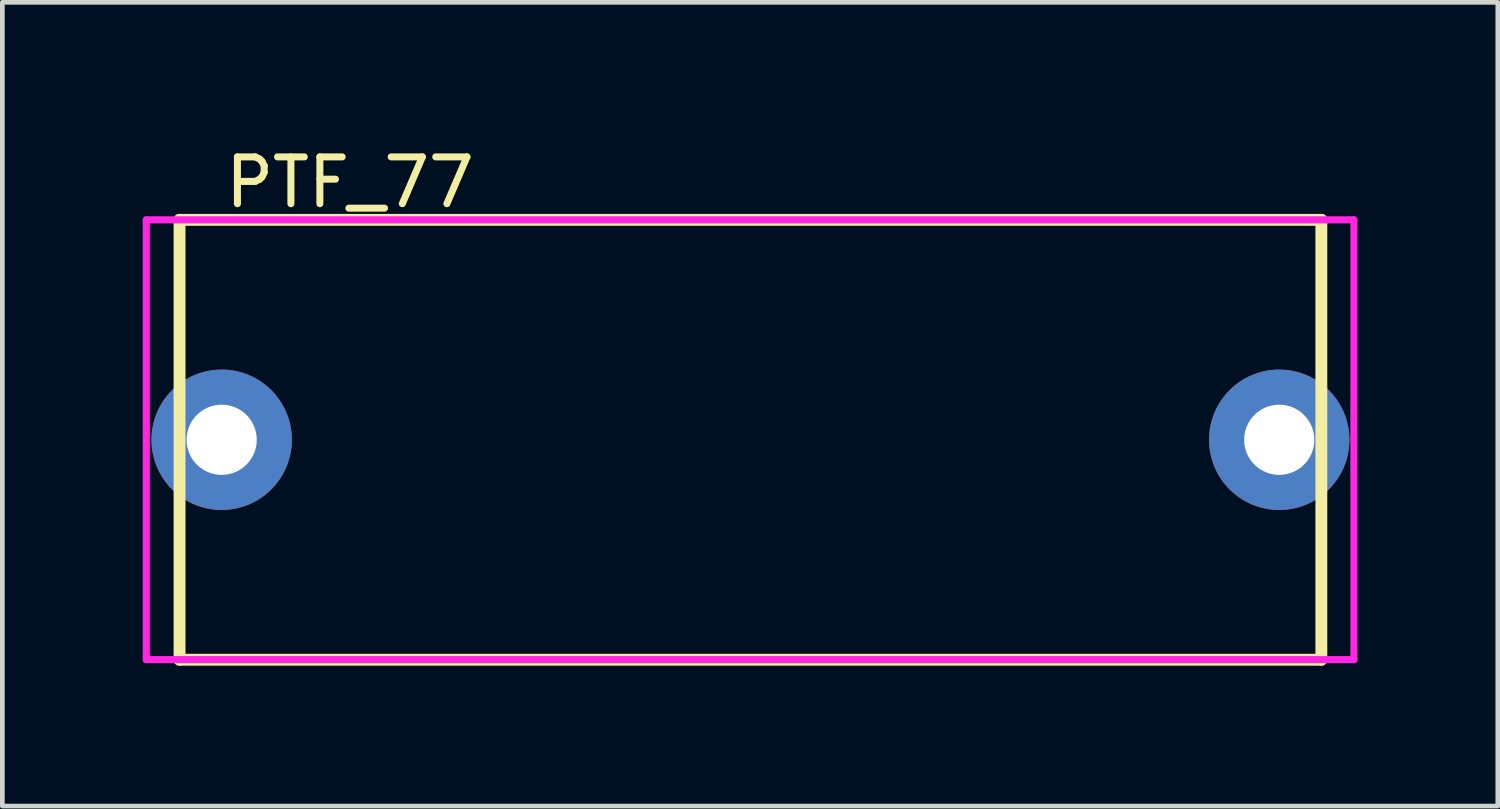
<source format=kicad_pcb>
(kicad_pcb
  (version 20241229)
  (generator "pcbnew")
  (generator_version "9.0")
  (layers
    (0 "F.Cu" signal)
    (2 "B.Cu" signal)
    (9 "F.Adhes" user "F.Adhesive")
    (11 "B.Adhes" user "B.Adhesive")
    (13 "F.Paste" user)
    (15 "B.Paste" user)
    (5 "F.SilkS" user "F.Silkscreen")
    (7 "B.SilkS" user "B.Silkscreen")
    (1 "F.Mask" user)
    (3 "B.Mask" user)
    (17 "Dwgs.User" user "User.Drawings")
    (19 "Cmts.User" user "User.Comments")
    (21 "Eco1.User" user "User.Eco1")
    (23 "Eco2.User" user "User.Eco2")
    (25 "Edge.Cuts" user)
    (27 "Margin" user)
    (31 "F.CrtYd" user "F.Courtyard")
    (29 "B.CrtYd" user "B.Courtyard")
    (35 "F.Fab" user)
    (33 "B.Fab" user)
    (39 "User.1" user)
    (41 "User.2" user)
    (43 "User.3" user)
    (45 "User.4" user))
  (footprint "PTF_77"
    (layer "F.Cu")
    (at 1.687 6.348)
    (property "Reference" "PTF_77" (at 0 -5.5 0) (layer "F.SilkS") (effects (font (size 1 1) (thickness 0.15)) (justify left)))
    (attr through_hole)
    (fp_line (start -0.9 -4.7) (end 23.5 -4.7) (stroke (width 0.254) (type solid)) (layer "F.SilkS"))
    (fp_line (start -0.9 4.7) (end -0.9 -4.7) (stroke (width 0.254) (type solid)) (layer "F.SilkS"))
    (fp_line (start 23.5 -4.7) (end 23.5 4.7) (stroke (width 0.254) (type solid)) (layer "F.SilkS"))
    (fp_line (start 23.5 4.7) (end -0.9 4.7) (stroke (width 0.254) (type solid)) (layer "F.SilkS"))
    (fp_line (start -1.611 -4.7) (end 24.195 -4.7) (stroke (width 0.152) (type solid)) (layer "F.CrtYd"))
    (fp_line (start -1.611 4.698) (end -1.611 -4.7) (stroke (width 0.152) (type solid)) (layer "F.CrtYd"))
    (fp_line (start 24.195 -4.7) (end 24.195 4.698) (stroke (width 0.152) (type solid)) (layer "F.CrtYd"))
    (fp_line (start 24.195 4.698) (end -1.611 4.698) (stroke (width 0.152) (type solid)) (layer "F.CrtYd"))
    (pad "1" thru_hole circle (at 0 0) (size 3 3) (drill 1.5) (layers "*.Cu" "*.Mask"))
    (pad "2" thru_hole circle (at 22.6 0) (size 3 3) (drill 1.5) (layers "*.Cu" "*.Mask")))
  (gr_rect
    (start -3 -3)
    (end 28.958 14.175)
    (stroke (width 0.1) (type default))
    (fill no)
    (layer "Edge.Cuts")))
</source>
